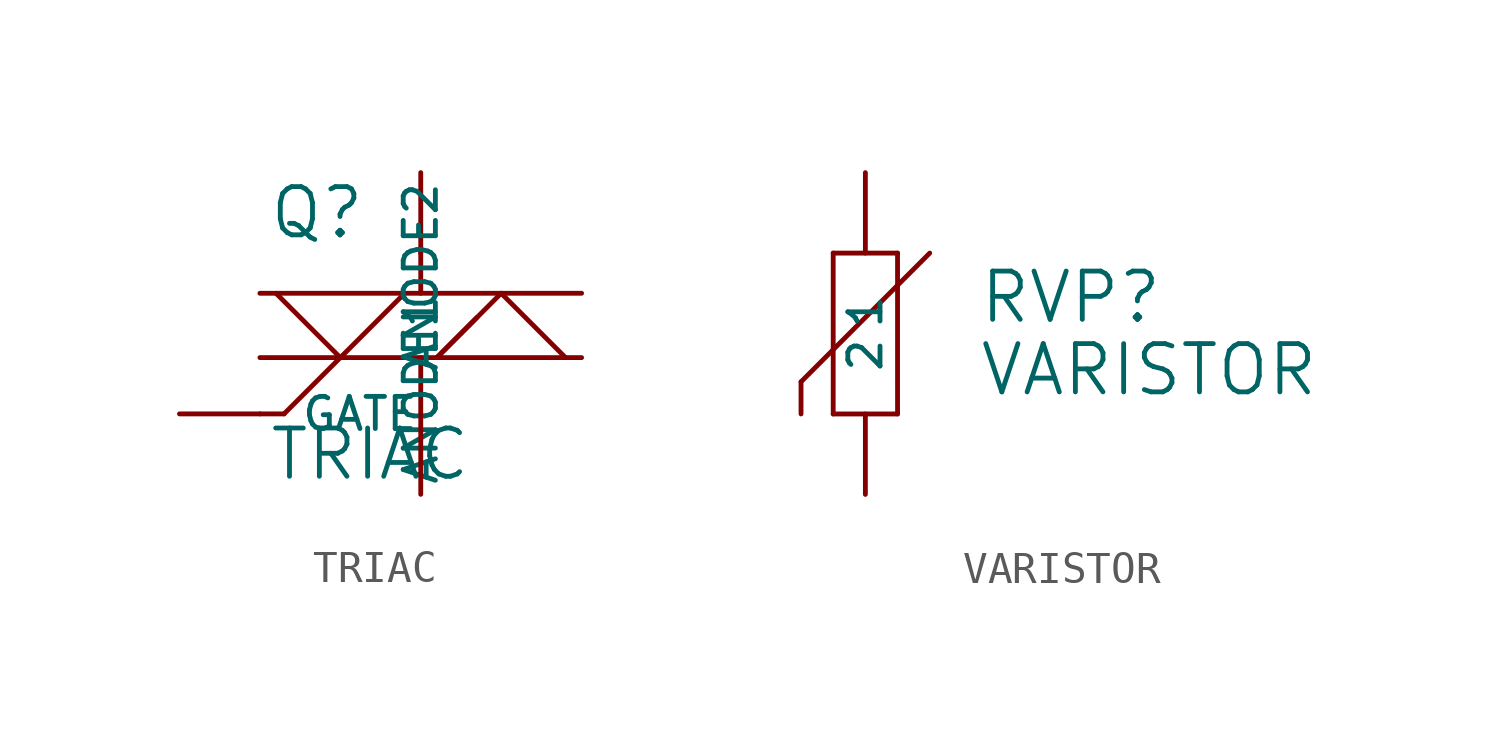
<source format=kicad_sym>
(kicad_symbol_lib
  (version 20231120)
  (generator "kicad_symbol_editor")
  (generator_version "8.0")
  (symbol "TRIAC"
    (pin_names
      (offset 1.27))
    (property "Reference" "Q"
      (at 0.254 0.381 0)
      (effects (font (size 1.524 1.524)) (justify left bottom)))
    (property "Value" "TRIAC"
      (at 0.254 -5.461 0)
      (effects (font (size 1.524 1.524)) (justify left top)))
    (symbol "TRIAC_0_1"
      (polyline (pts (xy 0 -1.27) (xy 10.16 -1.27)) (stroke (width 0) (type solid)) (fill (type none)))
      (polyline (pts (xy 0.762 -5.08) (xy 0 -5.08)) (stroke (width 0) (type solid)) (fill (type none)))
      (polyline (pts (xy 2.54 -3.302) (xy 0.508 -1.27)) (stroke (width 0) (type solid)) (fill (type none)))
      (polyline (pts (xy 2.54 -3.302) (xy 0.762 -5.08)) (stroke (width 0) (type solid)) (fill (type none)))
      (polyline (pts (xy 2.54 -3.302) (xy 4.572 -1.27)) (stroke (width 0) (type solid)) (fill (type none)))
      (polyline (pts (xy 5.08 -3.302) (xy 5.08 -5.08)) (stroke (width 0) (type solid)) (fill (type none)))
      (polyline (pts (xy 5.08 0) (xy 5.08 -1.27)) (stroke (width 0) (type solid)) (fill (type none)))
      (polyline (pts (xy 5.588 -3.302) (xy 6.858 -2.032)) (stroke (width 0) (type solid)) (fill (type none)))
      (polyline (pts (xy 7.62 -1.27) (xy 5.588 -3.302)) (stroke (width 0) (type solid)) (fill (type none)))
      (polyline (pts (xy 7.62 -1.27) (xy 9.652 -3.302)) (stroke (width 0) (type solid)) (fill (type none)))
      (polyline (pts (xy 10.16 -3.302) (xy 0 -3.302)) (stroke (width 0) (type solid)) (fill (type none))))
    (symbol "TRIAC_1_1"
      (pin passive line (at 5.08 2.54 270) (length 2.54) (name "ANODE1" (effects (font (size 1.016 1.016)))) (number "~" (effects (font (size 1.27 1.27)))))
      (pin passive line (at 5.08 -7.62 90) (length 2.54) (name "ANODE2" (effects (font (size 1.016 1.016)))) (number "~" (effects (font (size 1.27 1.27)))))
      (pin input line (at -2.54 -5.08 0) (length 2.54) (name "GATE" (effects (font (size 1.016 1.016)))) (number "~" (effects (font (size 1.27 1.27)))))))
  (symbol "VARISTOR"
    (pin_names
      (offset 1.27))
    (property "Reference" "RVP"
      (at 6.096 -2.286 0)
      (effects (font (size 1.524 1.524)) (justify left bottom)))
    (property "Value" "VARISTOR"
      (at 6.096 -2.794 0)
      (effects (font (size 1.524 1.524)) (justify left top)))
    (symbol "VARISTOR_0_1"
      (polyline (pts (xy 0.508 -4.064) (xy 0.508 -5.08)) (stroke (width 0) (type solid)) (fill (type none)))
      (polyline (pts (xy 1.524 -5.08) (xy 1.524 0)) (stroke (width 0) (type solid)) (fill (type none)))
      (polyline (pts (xy 1.524 0) (xy 3.556 0)) (stroke (width 0) (type solid)) (fill (type none)))
      (polyline (pts (xy 3.556 -5.08) (xy 1.524 -5.08)) (stroke (width 0) (type solid)) (fill (type none)))
      (polyline (pts (xy 3.556 0) (xy 3.556 -5.08)) (stroke (width 0) (type solid)) (fill (type none)))
      (polyline (pts (xy 4.572 0) (xy 0.508 -4.064)) (stroke (width 0) (type solid)) (fill (type none))))
    (symbol "VARISTOR_1_1"
      (pin passive line (at 2.54 2.54 270) (length 2.54) (name "1" (effects (font (size 1.016 1.016)))) (number "~" (effects (font (size 1.27 1.27)))))
      (pin passive line (at 2.54 -7.62 90) (length 2.54) (name "2" (effects (font (size 1.016 1.016)))) (number "~" (effects (font (size 1.27 1.27))))))))
</source>
